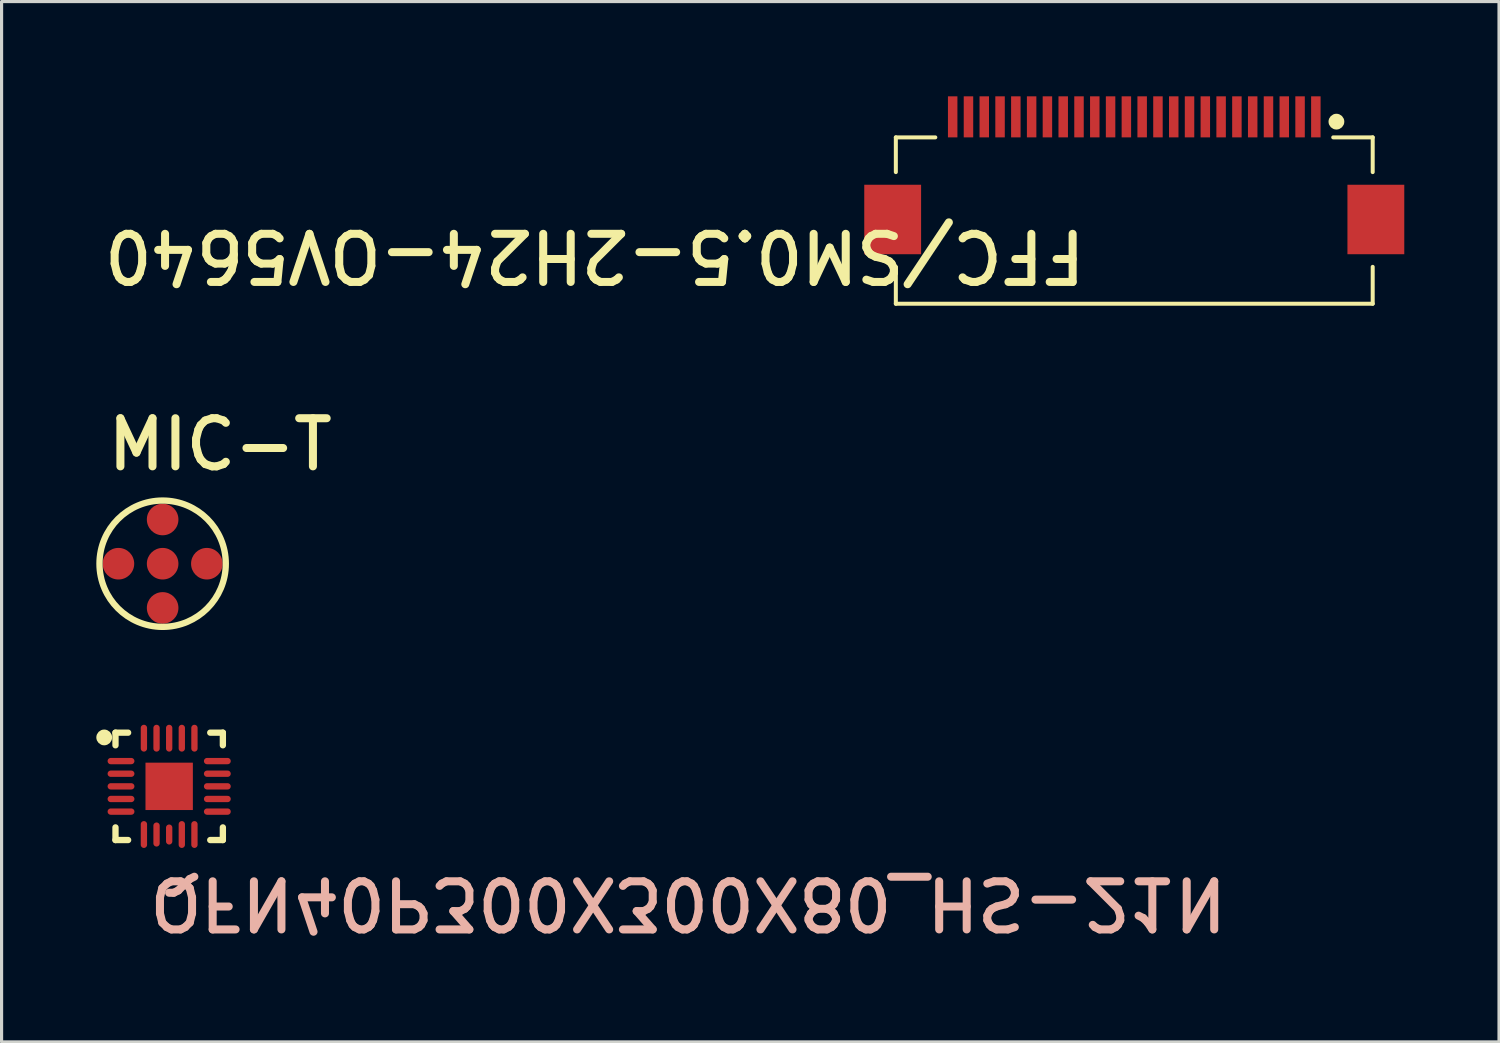
<source format=kicad_pcb>
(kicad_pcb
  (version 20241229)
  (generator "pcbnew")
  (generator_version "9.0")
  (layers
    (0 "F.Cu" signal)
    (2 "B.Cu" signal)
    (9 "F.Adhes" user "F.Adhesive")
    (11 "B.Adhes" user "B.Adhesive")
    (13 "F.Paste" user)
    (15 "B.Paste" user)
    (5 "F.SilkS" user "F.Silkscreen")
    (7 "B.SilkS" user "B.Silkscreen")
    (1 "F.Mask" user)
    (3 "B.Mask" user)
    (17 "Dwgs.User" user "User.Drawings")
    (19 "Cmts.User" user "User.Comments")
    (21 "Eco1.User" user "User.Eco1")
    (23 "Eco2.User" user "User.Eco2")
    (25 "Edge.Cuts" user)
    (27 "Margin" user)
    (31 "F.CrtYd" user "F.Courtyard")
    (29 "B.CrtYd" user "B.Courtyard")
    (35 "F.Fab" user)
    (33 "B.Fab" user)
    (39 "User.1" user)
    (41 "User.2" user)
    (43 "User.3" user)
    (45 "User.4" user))
  (footprint "MIC-T"
    (layer "F.Cu")
    (at 2.1 14.8)
    (property "Reference" "MIC-T" (at -1.867 -2.883 0) (unlocked yes) (layer "F.SilkS") (effects (font (size 1.524 1.524) (thickness 0.254)) (justify left bottom)))
    (fp_circle (center 0 0) (end -2 0) (stroke (width 0.2) (type solid)) (fill no) (layer "F.SilkS"))
    (pad "1" smd circle (at 0 0 180) (size 1 1) (layers "F.Cu" "F.Mask" "F.Paste"))
    (pad "2" smd circle (at -1.4 0 180) (size 1 1) (layers "F.Cu" "F.Mask" "F.Paste"))
    (pad "2" smd circle (at 0 -1.4 180) (size 1 1) (layers "F.Cu" "F.Mask" "F.Paste"))
    (pad "2" smd circle (at 0 1.4 180) (size 1 1) (layers "F.Cu" "F.Mask" "F.Paste"))
    (pad "2" smd circle (at 1.4 0 180) (size 1 1) (layers "F.Cu" "F.Mask" "F.Paste")))
  (footprint "QFN40P300X300X80_HS-21N"
    (layer "F.Cu")
    (at 2.307 21.85)
    (property "Reference" "QFN40P300X300X80_HS-21N" (at -0.749 2.807 180) (unlocked yes) (layer "B.SilkS") (effects (font (size 1.524 1.524) (thickness 0.254)) (justify left bottom mirror)))
    (fp_line (start -1.7 -1.7) (end -1.7 -1.3) (stroke (width 0.2) (type solid)) (layer "F.SilkS"))
    (fp_line (start -1.7 -1.7) (end -1.3 -1.7) (stroke (width 0.2) (type solid)) (layer "F.SilkS"))
    (fp_line (start -1.7 1.3) (end -1.7 1.7) (stroke (width 0.2) (type solid)) (layer "F.SilkS"))
    (fp_line (start -1.7 1.7) (end -1.3 1.7) (stroke (width 0.2) (type solid)) (layer "F.SilkS"))
    (fp_line (start 1.3 -1.7) (end 1.7 -1.7) (stroke (width 0.2) (type solid)) (layer "F.SilkS"))
    (fp_line (start 1.3 1.7) (end 1.7 1.7) (stroke (width 0.2) (type solid)) (layer "F.SilkS"))
    (fp_line (start 1.7 -1.7) (end 1.7 -1.3) (stroke (width 0.2) (type solid)) (layer "F.SilkS"))
    (fp_line (start 1.7 1.3) (end 1.7 1.7) (stroke (width 0.2) (type solid)) (layer "F.SilkS"))
    (fp_circle (center -2.057 -1.549) (end -1.932 -1.549) (stroke (width 0.25) (type solid)) (fill no) (layer "F.SilkS"))
    (pad "1" smd oval (at -1.525 -0.8 90) (size 0.2 0.85) (layers "F.Cu" "F.Mask" "F.Paste"))
    (pad "2" smd oval (at -1.525 -0.4 90) (size 0.2 0.85) (layers "F.Cu" "F.Mask" "F.Paste"))
    (pad "3" smd oval (at -1.525 0 90) (size 0.2 0.85) (layers "F.Cu" "F.Mask" "F.Paste"))
    (pad "4" smd oval (at -1.525 0.4 90) (size 0.2 0.85) (layers "F.Cu" "F.Mask" "F.Paste"))
    (pad "5" smd oval (at -1.525 0.8 90) (size 0.2 0.85) (layers "F.Cu" "F.Mask" "F.Paste"))
    (pad "6" smd oval (at -0.8 1.525) (size 0.2 0.85) (layers "F.Cu" "F.Mask" "F.Paste"))
    (pad "7" smd oval (at -0.4 1.525) (size 0.2 0.762) (layers "F.Cu" "F.Mask" "F.Paste"))
    (pad "8" smd oval (at 0 1.525) (size 0.2 0.635) (layers "F.Cu" "F.Mask" "F.Paste"))
    (pad "9" smd oval (at 0.4 1.525) (size 0.2 0.85) (layers "F.Cu" "F.Mask" "F.Paste"))
    (pad "10" smd oval (at 0.8 1.525) (size 0.2 0.85) (layers "F.Cu" "F.Mask" "F.Paste"))
    (pad "11" smd oval (at 1.525 0.8 90) (size 0.2 0.85) (layers "F.Cu" "F.Mask" "F.Paste"))
    (pad "12" smd oval (at 1.525 0.4 90) (size 0.2 0.85) (layers "F.Cu" "F.Mask" "F.Paste"))
    (pad "13" smd oval (at 1.525 0 90) (size 0.2 0.85) (layers "F.Cu" "F.Mask" "F.Paste"))
    (pad "14" smd oval (at 1.525 -0.4 90) (size 0.2 0.85) (layers "F.Cu" "F.Mask" "F.Paste"))
    (pad "15" smd oval (at 1.525 -0.8 90) (size 0.2 0.85) (layers "F.Cu" "F.Mask" "F.Paste"))
    (pad "16" smd oval (at 0.8 -1.525) (size 0.2 0.85) (layers "F.Cu" "F.Mask" "F.Paste"))
    (pad "17" smd oval (at 0.4 -1.525) (size 0.2 0.85) (layers "F.Cu" "F.Mask" "F.Paste"))
    (pad "18" smd oval (at 0 -1.525) (size 0.2 0.85) (layers "F.Cu" "F.Mask" "F.Paste"))
    (pad "19" smd oval (at -0.4 -1.525) (size 0.2 0.85) (layers "F.Cu" "F.Mask" "F.Paste"))
    (pad "20" smd oval (at -0.8 -1.525) (size 0.2 0.85) (layers "F.Cu" "F.Mask" "F.Paste"))
    (pad "21" smd rect (at 0 0) (size 1.5 1.5) (layers "F.Cu" "F.Mask" "F.Paste")))
  (footprint "FFC{slash}SM0.5-2H24-OV5640"
    (layer "F.Cu")
    (at 32.867 2.275)
    (property "Reference" "FFC{slash}SM0.5-2H24-OV5640" (at -1.422 1.879 180) (unlocked yes) (layer "F.SilkS") (effects (font (size 1.524 1.524) (thickness 0.254)) (justify left bottom)))
    (fp_line (start -7.55 -0.975) (end -7.55 0.125) (stroke (width 0.127) (type solid)) (layer "F.SilkS"))
    (fp_line (start -7.55 -0.975) (end -6.3 -0.975) (stroke (width 0.127) (type solid)) (layer "F.SilkS"))
    (fp_line (start -7.55 3.125) (end -7.55 4.293) (stroke (width 0.127) (type solid)) (layer "F.SilkS"))
    (fp_line (start -7.55 4.293) (end 7.55 4.293) (stroke (width 0.127) (type solid)) (layer "F.SilkS"))
    (fp_line (start 6.3 -0.975) (end 7.55 -0.975) (stroke (width 0.127) (type solid)) (layer "F.SilkS"))
    (fp_line (start 7.55 -0.975) (end 7.55 0.125) (stroke (width 0.127) (type solid)) (layer "F.SilkS"))
    (fp_line (start 7.55 3.125) (end 7.55 4.293) (stroke (width 0.127) (type solid)) (layer "F.SilkS"))
    (fp_circle (center 6.401 -1.473) (end 6.401 -1.598) (stroke (width 0.25) (type solid)) (fill no) (layer "F.SilkS"))
    (pad "1" smd rect (at 5.75 -1.625 90) (size 1.3 0.3) (layers "F.Cu" "F.Mask" "F.Paste"))
    (pad "2" smd rect (at 5.25 -1.625 90) (size 1.3 0.3) (layers "F.Cu" "F.Mask" "F.Paste"))
    (pad "3" smd rect (at 4.75 -1.625 90) (size 1.3 0.3) (layers "F.Cu" "F.Mask" "F.Paste"))
    (pad "4" smd rect (at 4.25 -1.625 90) (size 1.3 0.3) (layers "F.Cu" "F.Mask" "F.Paste"))
    (pad "5" smd rect (at 3.75 -1.625 90) (size 1.3 0.3) (layers "F.Cu" "F.Mask" "F.Paste"))
    (pad "6" smd rect (at 3.25 -1.625 90) (size 1.3 0.3) (layers "F.Cu" "F.Mask" "F.Paste"))
    (pad "7" smd rect (at 2.75 -1.625 90) (size 1.3 0.3) (layers "F.Cu" "F.Mask" "F.Paste"))
    (pad "8" smd rect (at 2.25 -1.625 90) (size 1.3 0.3) (layers "F.Cu" "F.Mask" "F.Paste"))
    (pad "9" smd rect (at 1.75 -1.625 90) (size 1.3 0.3) (layers "F.Cu" "F.Mask" "F.Paste"))
    (pad "10" smd rect (at 1.25 -1.625 90) (size 1.3 0.3) (layers "F.Cu" "F.Mask" "F.Paste"))
    (pad "11" smd rect (at 0.75 -1.625 90) (size 1.3 0.3) (layers "F.Cu" "F.Mask" "F.Paste"))
    (pad "12" smd rect (at 0.25 -1.625 90) (size 1.3 0.3) (layers "F.Cu" "F.Mask" "F.Paste"))
    (pad "13" smd rect (at -0.25 -1.625 90) (size 1.3 0.3) (layers "F.Cu" "F.Mask" "F.Paste"))
    (pad "14" smd rect (at -0.75 -1.625 90) (size 1.3 0.3) (layers "F.Cu" "F.Mask" "F.Paste"))
    (pad "15" smd rect (at -1.25 -1.625 90) (size 1.3 0.3) (layers "F.Cu" "F.Mask" "F.Paste"))
    (pad "16" smd rect (at -1.75 -1.625 90) (size 1.3 0.3) (layers "F.Cu" "F.Mask" "F.Paste"))
    (pad "17" smd rect (at -2.25 -1.625 90) (size 1.3 0.3) (layers "F.Cu" "F.Mask" "F.Paste"))
    (pad "18" smd rect (at -2.75 -1.625 90) (size 1.3 0.3) (layers "F.Cu" "F.Mask" "F.Paste"))
    (pad "19" smd rect (at -3.25 -1.625 90) (size 1.3 0.3) (layers "F.Cu" "F.Mask" "F.Paste"))
    (pad "20" smd rect (at -3.75 -1.625 90) (size 1.3 0.3) (layers "F.Cu" "F.Mask" "F.Paste"))
    (pad "21" smd rect (at -4.25 -1.625 90) (size 1.3 0.3) (layers "F.Cu" "F.Mask" "F.Paste"))
    (pad "22" smd rect (at -4.75 -1.625 90) (size 1.3 0.3) (layers "F.Cu" "F.Mask" "F.Paste"))
    (pad "23" smd rect (at -5.25 -1.625 90) (size 1.3 0.3) (layers "F.Cu" "F.Mask" "F.Paste"))
    (pad "24" smd rect (at -5.75 -1.625 90) (size 1.3 0.3) (layers "F.Cu" "F.Mask" "F.Paste"))
    (pad "P0" smd rect (at -7.65 1.625 90) (size 2.2 1.8) (layers "F.Cu" "F.Mask" "F.Paste"))
    (pad "P0" smd rect (at 7.65 1.625 90) (size 2.2 1.8) (layers "F.Cu" "F.Mask" "F.Paste")))
  (gr_rect
    (start -3 -3)
    (end 44.417 29.943)
    (stroke (width 0.1) (type default))
    (fill no)
    (layer "Edge.Cuts")))
</source>
